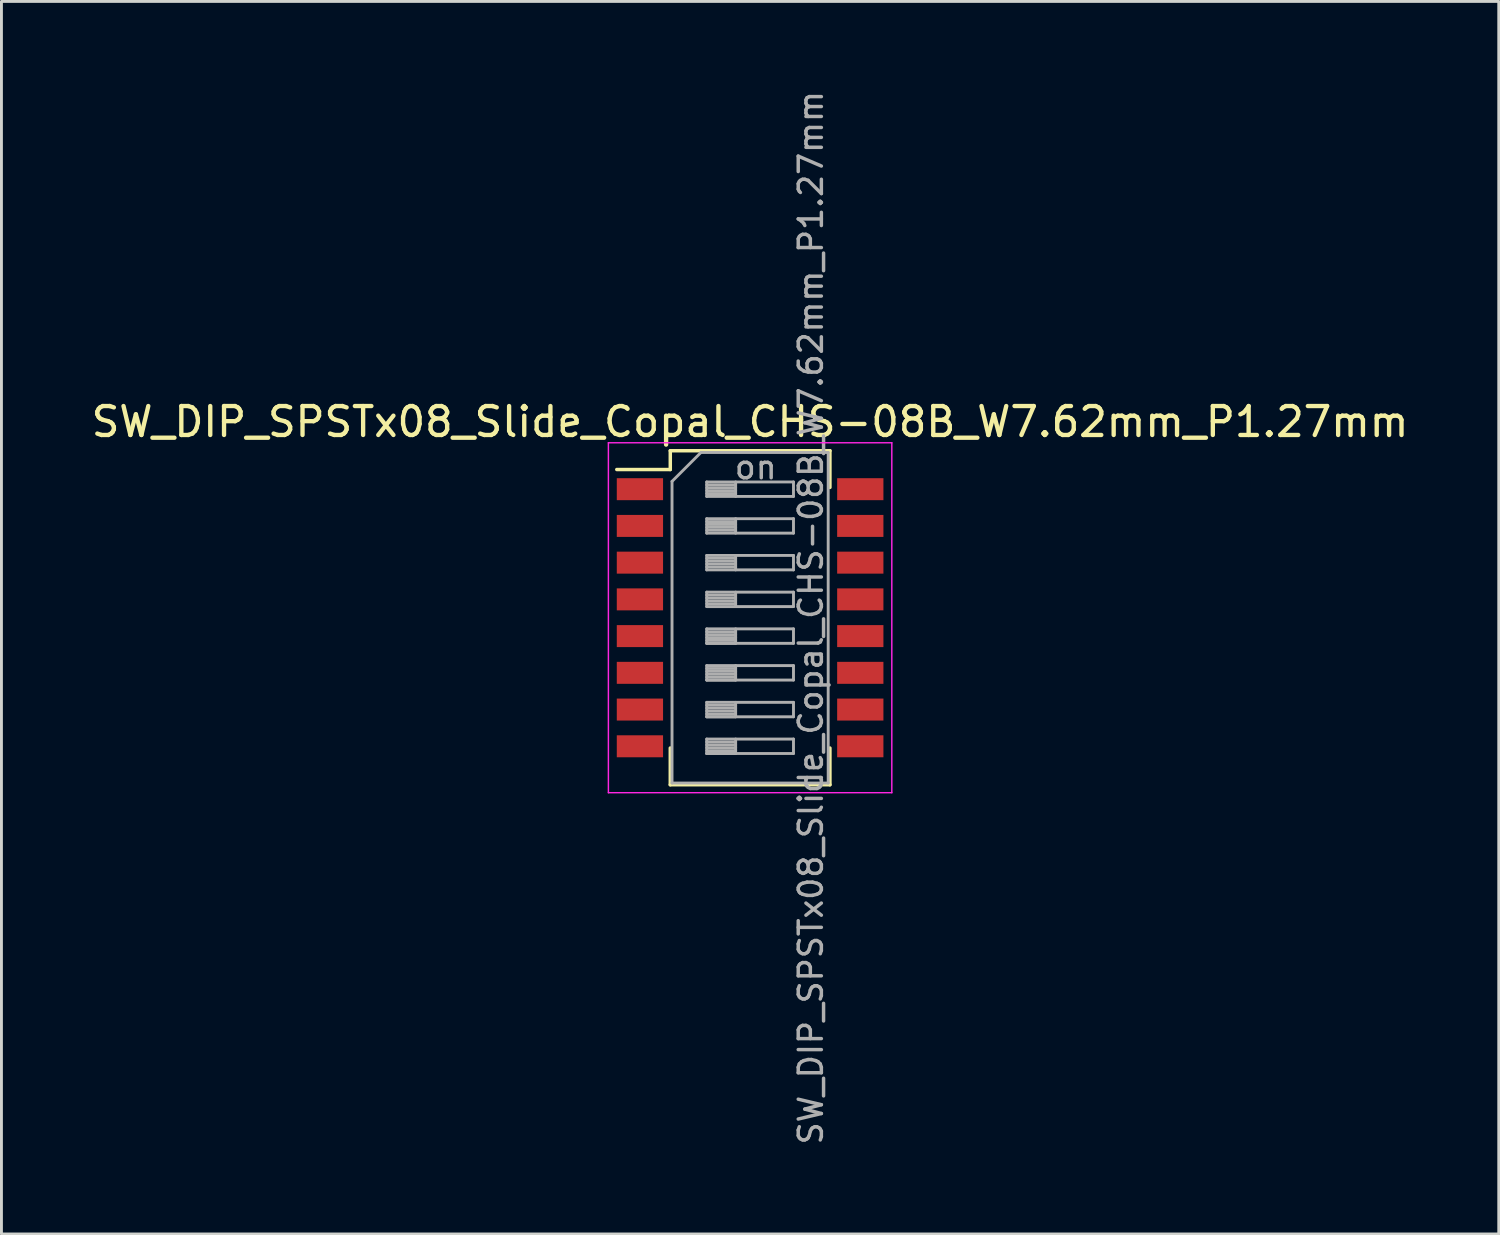
<source format=kicad_pcb>
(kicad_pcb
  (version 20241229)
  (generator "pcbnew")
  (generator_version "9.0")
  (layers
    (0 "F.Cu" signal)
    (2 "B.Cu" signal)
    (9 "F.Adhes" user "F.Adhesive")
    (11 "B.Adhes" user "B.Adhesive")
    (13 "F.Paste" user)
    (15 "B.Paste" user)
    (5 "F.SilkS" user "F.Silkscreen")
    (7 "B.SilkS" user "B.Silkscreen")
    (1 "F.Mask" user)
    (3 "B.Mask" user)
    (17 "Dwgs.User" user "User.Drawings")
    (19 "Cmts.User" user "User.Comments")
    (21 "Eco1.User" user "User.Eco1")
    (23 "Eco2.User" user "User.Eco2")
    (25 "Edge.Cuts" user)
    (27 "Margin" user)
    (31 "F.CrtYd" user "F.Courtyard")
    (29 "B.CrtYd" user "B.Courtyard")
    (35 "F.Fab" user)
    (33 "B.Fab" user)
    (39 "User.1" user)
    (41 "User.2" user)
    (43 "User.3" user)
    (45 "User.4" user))
  (footprint "SW_DIP_SPSTx08_Slide_Copal_CHS-08B_W7.62mm_P1.27mm"
    (layer "F.Cu")
    (at 22.887 18.31)
    (property "Reference" "SW_DIP_SPSTx08_Slide_Copal_CHS-08B_W7.62mm_P1.27mm" (at 0 -6.775 0) (layer "F.SilkS") (effects (font (size 1 1) (thickness 0.15))))
    (attr smd)
    (fp_line (start -4.61 -5.125) (end -2.76 -5.125) (stroke (width 0.12) (type solid)) (layer "F.SilkS"))
    (fp_line (start -2.76 -5.775) (end -2.76 -5.125) (stroke (width 0.12) (type solid)) (layer "F.SilkS"))
    (fp_line (start -2.76 -5.775) (end 2.76 -5.775) (stroke (width 0.12) (type solid)) (layer "F.SilkS"))
    (fp_line (start -2.76 4.505) (end -2.76 5.775) (stroke (width 0.12) (type solid)) (layer "F.SilkS"))
    (fp_line (start -2.76 5.775) (end 2.76 5.775) (stroke (width 0.12) (type solid)) (layer "F.SilkS"))
    (fp_line (start 2.76 -5.775) (end 2.76 -4.506) (stroke (width 0.12) (type solid)) (layer "F.SilkS"))
    (fp_line (start 2.76 4.505) (end 2.76 5.775) (stroke (width 0.12) (type solid)) (layer "F.SilkS"))
    (fp_line (start -4.9 -6.05) (end -4.9 6.05) (stroke (width 0.05) (type solid)) (layer "F.CrtYd"))
    (fp_line (start -4.9 6.05) (end 4.9 6.05) (stroke (width 0.05) (type solid)) (layer "F.CrtYd"))
    (fp_line (start 4.9 -6.05) (end -4.9 -6.05) (stroke (width 0.05) (type solid)) (layer "F.CrtYd"))
    (fp_line (start 4.9 6.05) (end 4.9 -6.05) (stroke (width 0.05) (type solid)) (layer "F.CrtYd"))
    (fp_line (start -2.7 -4.715) (end -1.7 -5.715) (stroke (width 0.1) (type solid)) (layer "F.Fab"))
    (fp_line (start -2.7 5.715) (end -2.7 -4.715) (stroke (width 0.1) (type solid)) (layer "F.Fab"))
    (fp_line (start -1.7 -5.715) (end 2.7 -5.715) (stroke (width 0.1) (type solid)) (layer "F.Fab"))
    (fp_line (start -1.5 -4.695) (end -1.5 -4.195) (stroke (width 0.1) (type solid)) (layer "F.Fab"))
    (fp_line (start -1.5 -4.595) (end -0.5 -4.595) (stroke (width 0.1) (type solid)) (layer "F.Fab"))
    (fp_line (start -1.5 -4.495) (end -0.5 -4.495) (stroke (width 0.1) (type solid)) (layer "F.Fab"))
    (fp_line (start -1.5 -4.395) (end -0.5 -4.395) (stroke (width 0.1) (type solid)) (layer "F.Fab"))
    (fp_line (start -1.5 -4.295) (end -0.5 -4.295) (stroke (width 0.1) (type solid)) (layer "F.Fab"))
    (fp_line (start -1.5 -4.195) (end 1.5 -4.195) (stroke (width 0.1) (type solid)) (layer "F.Fab"))
    (fp_line (start -1.5 -3.425) (end -1.5 -2.925) (stroke (width 0.1) (type solid)) (layer "F.Fab"))
    (fp_line (start -1.5 -3.325) (end -0.5 -3.325) (stroke (width 0.1) (type solid)) (layer "F.Fab"))
    (fp_line (start -1.5 -3.225) (end -0.5 -3.225) (stroke (width 0.1) (type solid)) (layer "F.Fab"))
    (fp_line (start -1.5 -3.125) (end -0.5 -3.125) (stroke (width 0.1) (type solid)) (layer "F.Fab"))
    (fp_line (start -1.5 -3.025) (end -0.5 -3.025) (stroke (width 0.1) (type solid)) (layer "F.Fab"))
    (fp_line (start -1.5 -2.925) (end 1.5 -2.925) (stroke (width 0.1) (type solid)) (layer "F.Fab"))
    (fp_line (start -1.5 -2.155) (end -1.5 -1.655) (stroke (width 0.1) (type solid)) (layer "F.Fab"))
    (fp_line (start -1.5 -2.055) (end -0.5 -2.055) (stroke (width 0.1) (type solid)) (layer "F.Fab"))
    (fp_line (start -1.5 -1.955) (end -0.5 -1.955) (stroke (width 0.1) (type solid)) (layer "F.Fab"))
    (fp_line (start -1.5 -1.855) (end -0.5 -1.855) (stroke (width 0.1) (type solid)) (layer "F.Fab"))
    (fp_line (start -1.5 -1.755) (end -0.5 -1.755) (stroke (width 0.1) (type solid)) (layer "F.Fab"))
    (fp_line (start -1.5 -1.655) (end 1.5 -1.655) (stroke (width 0.1) (type solid)) (layer "F.Fab"))
    (fp_line (start -1.5 -0.885) (end -1.5 -0.385) (stroke (width 0.1) (type solid)) (layer "F.Fab"))
    (fp_line (start -1.5 -0.785) (end -0.5 -0.785) (stroke (width 0.1) (type solid)) (layer "F.Fab"))
    (fp_line (start -1.5 -0.685) (end -0.5 -0.685) (stroke (width 0.1) (type solid)) (layer "F.Fab"))
    (fp_line (start -1.5 -0.585) (end -0.5 -0.585) (stroke (width 0.1) (type solid)) (layer "F.Fab"))
    (fp_line (start -1.5 -0.485) (end -0.5 -0.485) (stroke (width 0.1) (type solid)) (layer "F.Fab"))
    (fp_line (start -1.5 -0.385) (end 1.5 -0.385) (stroke (width 0.1) (type solid)) (layer "F.Fab"))
    (fp_line (start -1.5 0.385) (end -1.5 0.885) (stroke (width 0.1) (type solid)) (layer "F.Fab"))
    (fp_line (start -1.5 0.485) (end -0.5 0.485) (stroke (width 0.1) (type solid)) (layer "F.Fab"))
    (fp_line (start -1.5 0.585) (end -0.5 0.585) (stroke (width 0.1) (type solid)) (layer "F.Fab"))
    (fp_line (start -1.5 0.685) (end -0.5 0.685) (stroke (width 0.1) (type solid)) (layer "F.Fab"))
    (fp_line (start -1.5 0.785) (end -0.5 0.785) (stroke (width 0.1) (type solid)) (layer "F.Fab"))
    (fp_line (start -1.5 0.885) (end -0.5 0.885) (stroke (width 0.1) (type solid)) (layer "F.Fab"))
    (fp_line (start -1.5 0.885) (end 1.5 0.885) (stroke (width 0.1) (type solid)) (layer "F.Fab"))
    (fp_line (start -1.5 1.655) (end -1.5 2.155) (stroke (width 0.1) (type solid)) (layer "F.Fab"))
    (fp_line (start -1.5 1.755) (end -0.5 1.755) (stroke (width 0.1) (type solid)) (layer "F.Fab"))
    (fp_line (start -1.5 1.855) (end -0.5 1.855) (stroke (width 0.1) (type solid)) (layer "F.Fab"))
    (fp_line (start -1.5 1.955) (end -0.5 1.955) (stroke (width 0.1) (type solid)) (layer "F.Fab"))
    (fp_line (start -1.5 2.055) (end -0.5 2.055) (stroke (width 0.1) (type solid)) (layer "F.Fab"))
    (fp_line (start -1.5 2.155) (end -0.5 2.155) (stroke (width 0.1) (type solid)) (layer "F.Fab"))
    (fp_line (start -1.5 2.155) (end 1.5 2.155) (stroke (width 0.1) (type solid)) (layer "F.Fab"))
    (fp_line (start -1.5 2.925) (end -1.5 3.425) (stroke (width 0.1) (type solid)) (layer "F.Fab"))
    (fp_line (start -1.5 3.025) (end -0.5 3.025) (stroke (width 0.1) (type solid)) (layer "F.Fab"))
    (fp_line (start -1.5 3.125) (end -0.5 3.125) (stroke (width 0.1) (type solid)) (layer "F.Fab"))
    (fp_line (start -1.5 3.225) (end -0.5 3.225) (stroke (width 0.1) (type solid)) (layer "F.Fab"))
    (fp_line (start -1.5 3.325) (end -0.5 3.325) (stroke (width 0.1) (type solid)) (layer "F.Fab"))
    (fp_line (start -1.5 3.425) (end -0.5 3.425) (stroke (width 0.1) (type solid)) (layer "F.Fab"))
    (fp_line (start -1.5 3.425) (end 1.5 3.425) (stroke (width 0.1) (type solid)) (layer "F.Fab"))
    (fp_line (start -1.5 4.195) (end -1.5 4.695) (stroke (width 0.1) (type solid)) (layer "F.Fab"))
    (fp_line (start -1.5 4.295) (end -0.5 4.295) (stroke (width 0.1) (type solid)) (layer "F.Fab"))
    (fp_line (start -1.5 4.395) (end -0.5 4.395) (stroke (width 0.1) (type solid)) (layer "F.Fab"))
    (fp_line (start -1.5 4.495) (end -0.5 4.495) (stroke (width 0.1) (type solid)) (layer "F.Fab"))
    (fp_line (start -1.5 4.595) (end -0.5 4.595) (stroke (width 0.1) (type solid)) (layer "F.Fab"))
    (fp_line (start -1.5 4.695) (end -0.5 4.695) (stroke (width 0.1) (type solid)) (layer "F.Fab"))
    (fp_line (start -1.5 4.695) (end 1.5 4.695) (stroke (width 0.1) (type solid)) (layer "F.Fab"))
    (fp_line (start -0.5 -4.695) (end -0.5 -4.195) (stroke (width 0.1) (type solid)) (layer "F.Fab"))
    (fp_line (start -0.5 -3.425) (end -0.5 -2.925) (stroke (width 0.1) (type solid)) (layer "F.Fab"))
    (fp_line (start -0.5 -2.155) (end -0.5 -1.655) (stroke (width 0.1) (type solid)) (layer "F.Fab"))
    (fp_line (start -0.5 -0.885) (end -0.5 -0.385) (stroke (width 0.1) (type solid)) (layer "F.Fab"))
    (fp_line (start -0.5 0.385) (end -0.5 0.885) (stroke (width 0.1) (type solid)) (layer "F.Fab"))
    (fp_line (start -0.5 1.655) (end -0.5 2.155) (stroke (width 0.1) (type solid)) (layer "F.Fab"))
    (fp_line (start -0.5 2.925) (end -0.5 3.425) (stroke (width 0.1) (type solid)) (layer "F.Fab"))
    (fp_line (start -0.5 4.195) (end -0.5 4.695) (stroke (width 0.1) (type solid)) (layer "F.Fab"))
    (fp_line (start 1.5 -4.695) (end -1.5 -4.695) (stroke (width 0.1) (type solid)) (layer "F.Fab"))
    (fp_line (start 1.5 -4.195) (end 1.5 -4.695) (stroke (width 0.1) (type solid)) (layer "F.Fab"))
    (fp_line (start 1.5 -3.425) (end -1.5 -3.425) (stroke (width 0.1) (type solid)) (layer "F.Fab"))
    (fp_line (start 1.5 -2.925) (end 1.5 -3.425) (stroke (width 0.1) (type solid)) (layer "F.Fab"))
    (fp_line (start 1.5 -2.155) (end -1.5 -2.155) (stroke (width 0.1) (type solid)) (layer "F.Fab"))
    (fp_line (start 1.5 -1.655) (end 1.5 -2.155) (stroke (width 0.1) (type solid)) (layer "F.Fab"))
    (fp_line (start 1.5 -0.885) (end -1.5 -0.885) (stroke (width 0.1) (type solid)) (layer "F.Fab"))
    (fp_line (start 1.5 -0.385) (end 1.5 -0.885) (stroke (width 0.1) (type solid)) (layer "F.Fab"))
    (fp_line (start 1.5 0.385) (end -1.5 0.385) (stroke (width 0.1) (type solid)) (layer "F.Fab"))
    (fp_line (start 1.5 0.885) (end 1.5 0.385) (stroke (width 0.1) (type solid)) (layer "F.Fab"))
    (fp_line (start 1.5 1.655) (end -1.5 1.655) (stroke (width 0.1) (type solid)) (layer "F.Fab"))
    (fp_line (start 1.5 2.155) (end 1.5 1.655) (stroke (width 0.1) (type solid)) (layer "F.Fab"))
    (fp_line (start 1.5 2.925) (end -1.5 2.925) (stroke (width 0.1) (type solid)) (layer "F.Fab"))
    (fp_line (start 1.5 3.425) (end 1.5 2.925) (stroke (width 0.1) (type solid)) (layer "F.Fab"))
    (fp_line (start 1.5 4.195) (end -1.5 4.195) (stroke (width 0.1) (type solid)) (layer "F.Fab"))
    (fp_line (start 1.5 4.695) (end 1.5 4.195) (stroke (width 0.1) (type solid)) (layer "F.Fab"))
    (fp_line (start 2.7 -5.715) (end 2.7 5.715) (stroke (width 0.1) (type solid)) (layer "F.Fab"))
    (fp_line (start 2.7 5.715) (end -2.7 5.715) (stroke (width 0.1) (type solid)) (layer "F.Fab"))
    (fp_text user "${REFERENCE}" (at 2.1 0 90) (layer "F.Fab") (effects (font (size 0.8 0.8) (thickness 0.12))))
    (fp_text user "on" (at 0.195 -5.205 0) (layer "F.Fab") (effects (font (size 0.8 0.8) (thickness 0.12))))
    (pad "1" smd rect (at -3.81 -4.445) (size 1.6 0.76) (layers "F.Cu" "F.Mask" "F.Paste"))
    (pad "2" smd rect (at -3.81 -3.175) (size 1.6 0.76) (layers "F.Cu" "F.Mask" "F.Paste"))
    (pad "3" smd rect (at -3.81 -1.905) (size 1.6 0.76) (layers "F.Cu" "F.Mask" "F.Paste"))
    (pad "4" smd rect (at -3.81 -0.635) (size 1.6 0.76) (layers "F.Cu" "F.Mask" "F.Paste"))
    (pad "5" smd rect (at -3.81 0.635) (size 1.6 0.76) (layers "F.Cu" "F.Mask" "F.Paste"))
    (pad "6" smd rect (at -3.81 1.905) (size 1.6 0.76) (layers "F.Cu" "F.Mask" "F.Paste"))
    (pad "7" smd rect (at -3.81 3.175) (size 1.6 0.76) (layers "F.Cu" "F.Mask" "F.Paste"))
    (pad "8" smd rect (at -3.81 4.445) (size 1.6 0.76) (layers "F.Cu" "F.Mask" "F.Paste"))
    (pad "9" smd rect (at 3.81 4.445) (size 1.6 0.76) (layers "F.Cu" "F.Mask" "F.Paste"))
    (pad "10" smd rect (at 3.81 3.175) (size 1.6 0.76) (layers "F.Cu" "F.Mask" "F.Paste"))
    (pad "11" smd rect (at 3.81 1.905) (size 1.6 0.76) (layers "F.Cu" "F.Mask" "F.Paste"))
    (pad "12" smd rect (at 3.81 0.635) (size 1.6 0.76) (layers "F.Cu" "F.Mask" "F.Paste"))
    (pad "13" smd rect (at 3.81 -0.635) (size 1.6 0.76) (layers "F.Cu" "F.Mask" "F.Paste"))
    (pad "14" smd rect (at 3.81 -1.905) (size 1.6 0.76) (layers "F.Cu" "F.Mask" "F.Paste"))
    (pad "15" smd rect (at 3.81 -3.175) (size 1.6 0.76) (layers "F.Cu" "F.Mask" "F.Paste"))
    (pad "16" smd rect (at 3.81 -4.445) (size 1.6 0.76) (layers "F.Cu" "F.Mask" "F.Paste")))
  (gr_rect
    (start -3 -3)
    (end 48.774 39.619)
    (stroke (width 0.1) (type default))
    (fill no)
    (layer "Edge.Cuts")))
</source>
